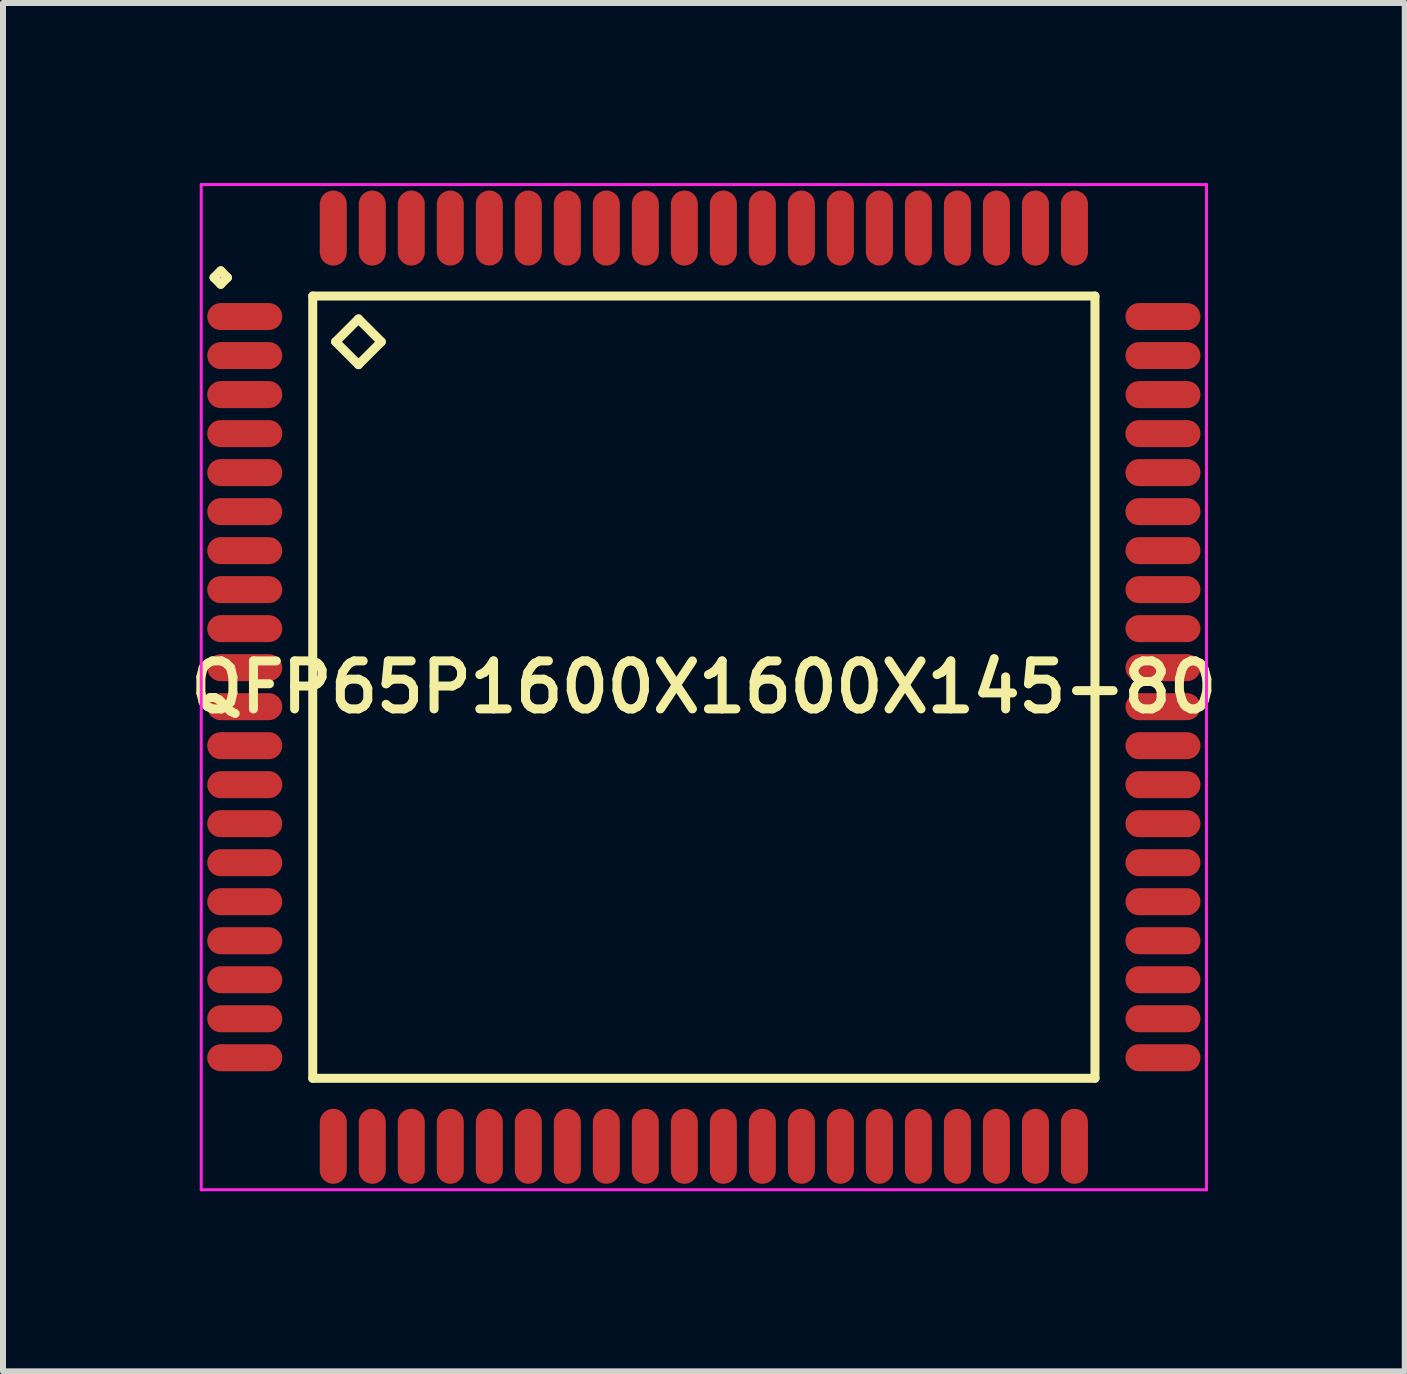
<source format=kicad_pcb>
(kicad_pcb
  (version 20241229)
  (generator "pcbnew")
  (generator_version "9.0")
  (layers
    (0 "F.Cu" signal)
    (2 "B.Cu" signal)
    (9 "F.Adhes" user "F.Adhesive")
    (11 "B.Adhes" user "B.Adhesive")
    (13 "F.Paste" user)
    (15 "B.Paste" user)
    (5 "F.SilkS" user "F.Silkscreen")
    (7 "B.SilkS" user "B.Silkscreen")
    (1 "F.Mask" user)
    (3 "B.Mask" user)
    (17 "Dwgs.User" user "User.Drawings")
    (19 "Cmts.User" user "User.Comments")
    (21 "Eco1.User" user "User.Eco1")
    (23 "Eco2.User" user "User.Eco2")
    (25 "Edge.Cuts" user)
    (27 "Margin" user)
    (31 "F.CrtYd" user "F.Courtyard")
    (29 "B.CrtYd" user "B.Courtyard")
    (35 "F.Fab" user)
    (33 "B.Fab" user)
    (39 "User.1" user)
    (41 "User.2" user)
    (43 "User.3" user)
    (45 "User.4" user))
  (footprint "QFP65P1600X1600X145-80"
    (layer "F.Cu")
    (at 8.678 8.4)
    (property "Reference" "QFP65P1600X1600X145-80" (at 0 0 0) (layer "F.SilkS") (effects (font (size 0.8 0.8) (thickness 0.15))))
    (attr smd)
    (fp_line (start -8.162 -6.825) (end -8.05 -6.938) (stroke (width 0.15) (type solid)) (layer "F.SilkS"))
    (fp_line (start -8.05 -6.938) (end -7.938 -6.825) (stroke (width 0.15) (type solid)) (layer "F.SilkS"))
    (fp_line (start -8.05 -6.713) (end -8.162 -6.825) (stroke (width 0.15) (type solid)) (layer "F.SilkS"))
    (fp_line (start -7.938 -6.825) (end -8.05 -6.713) (stroke (width 0.15) (type solid)) (layer "F.SilkS"))
    (fp_line (start -6.517 -6.517) (end -6.517 6.517) (stroke (width 0.15) (type solid)) (layer "F.SilkS"))
    (fp_line (start -6.517 6.517) (end 6.517 6.517) (stroke (width 0.15) (type solid)) (layer "F.SilkS"))
    (fp_line (start -6.136 -5.755) (end -5.755 -6.136) (stroke (width 0.15) (type solid)) (layer "F.SilkS"))
    (fp_line (start -5.755 -6.136) (end -5.374 -5.755) (stroke (width 0.15) (type solid)) (layer "F.SilkS"))
    (fp_line (start -5.755 -5.374) (end -6.136 -5.755) (stroke (width 0.15) (type solid)) (layer "F.SilkS"))
    (fp_line (start -5.374 -5.755) (end -5.755 -5.374) (stroke (width 0.15) (type solid)) (layer "F.SilkS"))
    (fp_line (start 6.517 -6.517) (end -6.517 -6.517) (stroke (width 0.15) (type solid)) (layer "F.SilkS"))
    (fp_line (start 6.517 6.517) (end 6.517 -6.517) (stroke (width 0.15) (type solid)) (layer "F.SilkS"))
    (fp_line (start -8.375 -8.375) (end 8.375 -8.375) (stroke (width 0.05) (type solid)) (layer "F.CrtYd"))
    (fp_line (start -8.375 8.375) (end -8.375 -8.375) (stroke (width 0.05) (type solid)) (layer "F.CrtYd"))
    (fp_line (start 8.375 -8.375) (end 8.375 8.375) (stroke (width 0.05) (type solid)) (layer "F.CrtYd"))
    (fp_line (start 8.375 8.375) (end -8.375 8.375) (stroke (width 0.05) (type solid)) (layer "F.CrtYd"))
    (pad "1" smd oval (at -7.65 -6.175) (size 1.25 0.45) (layers "F.Cu" "F.Mask" "F.Paste"))
    (pad "2" smd oval (at -7.65 -5.525) (size 1.25 0.45) (layers "F.Cu" "F.Mask" "F.Paste"))
    (pad "3" smd oval (at -7.65 -4.875) (size 1.25 0.45) (layers "F.Cu" "F.Mask" "F.Paste"))
    (pad "4" smd oval (at -7.65 -4.225) (size 1.25 0.45) (layers "F.Cu" "F.Mask" "F.Paste"))
    (pad "5" smd oval (at -7.65 -3.575) (size 1.25 0.45) (layers "F.Cu" "F.Mask" "F.Paste"))
    (pad "6" smd oval (at -7.65 -2.925) (size 1.25 0.45) (layers "F.Cu" "F.Mask" "F.Paste"))
    (pad "7" smd oval (at -7.65 -2.275) (size 1.25 0.45) (layers "F.Cu" "F.Mask" "F.Paste"))
    (pad "8" smd oval (at -7.65 -1.625) (size 1.25 0.45) (layers "F.Cu" "F.Mask" "F.Paste"))
    (pad "9" smd oval (at -7.65 -0.975) (size 1.25 0.45) (layers "F.Cu" "F.Mask" "F.Paste"))
    (pad "10" smd oval (at -7.65 -0.325) (size 1.25 0.45) (layers "F.Cu" "F.Mask" "F.Paste"))
    (pad "11" smd oval (at -7.65 0.325) (size 1.25 0.45) (layers "F.Cu" "F.Mask" "F.Paste"))
    (pad "12" smd oval (at -7.65 0.975) (size 1.25 0.45) (layers "F.Cu" "F.Mask" "F.Paste"))
    (pad "13" smd oval (at -7.65 1.625) (size 1.25 0.45) (layers "F.Cu" "F.Mask" "F.Paste"))
    (pad "14" smd oval (at -7.65 2.275) (size 1.25 0.45) (layers "F.Cu" "F.Mask" "F.Paste"))
    (pad "15" smd oval (at -7.65 2.925) (size 1.25 0.45) (layers "F.Cu" "F.Mask" "F.Paste"))
    (pad "16" smd oval (at -7.65 3.575) (size 1.25 0.45) (layers "F.Cu" "F.Mask" "F.Paste"))
    (pad "17" smd oval (at -7.65 4.225) (size 1.25 0.45) (layers "F.Cu" "F.Mask" "F.Paste"))
    (pad "18" smd oval (at -7.65 4.875) (size 1.25 0.45) (layers "F.Cu" "F.Mask" "F.Paste"))
    (pad "19" smd oval (at -7.65 5.525) (size 1.25 0.45) (layers "F.Cu" "F.Mask" "F.Paste"))
    (pad "20" smd oval (at -7.65 6.175) (size 1.25 0.45) (layers "F.Cu" "F.Mask" "F.Paste"))
    (pad "21" smd oval (at -6.175 7.65) (size 0.45 1.25) (layers "F.Cu" "F.Mask" "F.Paste"))
    (pad "22" smd oval (at -5.525 7.65) (size 0.45 1.25) (layers "F.Cu" "F.Mask" "F.Paste"))
    (pad "23" smd oval (at -4.875 7.65) (size 0.45 1.25) (layers "F.Cu" "F.Mask" "F.Paste"))
    (pad "24" smd oval (at -4.225 7.65) (size 0.45 1.25) (layers "F.Cu" "F.Mask" "F.Paste"))
    (pad "25" smd oval (at -3.575 7.65) (size 0.45 1.25) (layers "F.Cu" "F.Mask" "F.Paste"))
    (pad "26" smd oval (at -2.925 7.65) (size 0.45 1.25) (layers "F.Cu" "F.Mask" "F.Paste"))
    (pad "27" smd oval (at -2.275 7.65) (size 0.45 1.25) (layers "F.Cu" "F.Mask" "F.Paste"))
    (pad "28" smd oval (at -1.625 7.65) (size 0.45 1.25) (layers "F.Cu" "F.Mask" "F.Paste"))
    (pad "29" smd oval (at -0.975 7.65) (size 0.45 1.25) (layers "F.Cu" "F.Mask" "F.Paste"))
    (pad "30" smd oval (at -0.325 7.65) (size 0.45 1.25) (layers "F.Cu" "F.Mask" "F.Paste"))
    (pad "31" smd oval (at 0.325 7.65) (size 0.45 1.25) (layers "F.Cu" "F.Mask" "F.Paste"))
    (pad "32" smd oval (at 0.975 7.65) (size 0.45 1.25) (layers "F.Cu" "F.Mask" "F.Paste"))
    (pad "33" smd oval (at 1.625 7.65) (size 0.45 1.25) (layers "F.Cu" "F.Mask" "F.Paste"))
    (pad "34" smd oval (at 2.275 7.65) (size 0.45 1.25) (layers "F.Cu" "F.Mask" "F.Paste"))
    (pad "35" smd oval (at 2.925 7.65) (size 0.45 1.25) (layers "F.Cu" "F.Mask" "F.Paste"))
    (pad "36" smd oval (at 3.575 7.65) (size 0.45 1.25) (layers "F.Cu" "F.Mask" "F.Paste"))
    (pad "37" smd oval (at 4.225 7.65) (size 0.45 1.25) (layers "F.Cu" "F.Mask" "F.Paste"))
    (pad "38" smd oval (at 4.875 7.65) (size 0.45 1.25) (layers "F.Cu" "F.Mask" "F.Paste"))
    (pad "39" smd oval (at 5.525 7.65) (size 0.45 1.25) (layers "F.Cu" "F.Mask" "F.Paste"))
    (pad "40" smd oval (at 6.175 7.65) (size 0.45 1.25) (layers "F.Cu" "F.Mask" "F.Paste"))
    (pad "41" smd oval (at 7.65 6.175) (size 1.25 0.45) (layers "F.Cu" "F.Mask" "F.Paste"))
    (pad "42" smd oval (at 7.65 5.525) (size 1.25 0.45) (layers "F.Cu" "F.Mask" "F.Paste"))
    (pad "43" smd oval (at 7.65 4.875) (size 1.25 0.45) (layers "F.Cu" "F.Mask" "F.Paste"))
    (pad "44" smd oval (at 7.65 4.225) (size 1.25 0.45) (layers "F.Cu" "F.Mask" "F.Paste"))
    (pad "45" smd oval (at 7.65 3.575) (size 1.25 0.45) (layers "F.Cu" "F.Mask" "F.Paste"))
    (pad "46" smd oval (at 7.65 2.925) (size 1.25 0.45) (layers "F.Cu" "F.Mask" "F.Paste"))
    (pad "47" smd oval (at 7.65 2.275) (size 1.25 0.45) (layers "F.Cu" "F.Mask" "F.Paste"))
    (pad "48" smd oval (at 7.65 1.625) (size 1.25 0.45) (layers "F.Cu" "F.Mask" "F.Paste"))
    (pad "49" smd oval (at 7.65 0.975) (size 1.25 0.45) (layers "F.Cu" "F.Mask" "F.Paste"))
    (pad "50" smd oval (at 7.65 0.325) (size 1.25 0.45) (layers "F.Cu" "F.Mask" "F.Paste"))
    (pad "51" smd oval (at 7.65 -0.325) (size 1.25 0.45) (layers "F.Cu" "F.Mask" "F.Paste"))
    (pad "52" smd oval (at 7.65 -0.975) (size 1.25 0.45) (layers "F.Cu" "F.Mask" "F.Paste"))
    (pad "53" smd oval (at 7.65 -1.625) (size 1.25 0.45) (layers "F.Cu" "F.Mask" "F.Paste"))
    (pad "54" smd oval (at 7.65 -2.275) (size 1.25 0.45) (layers "F.Cu" "F.Mask" "F.Paste"))
    (pad "55" smd oval (at 7.65 -2.925) (size 1.25 0.45) (layers "F.Cu" "F.Mask" "F.Paste"))
    (pad "56" smd oval (at 7.65 -3.575) (size 1.25 0.45) (layers "F.Cu" "F.Mask" "F.Paste"))
    (pad "57" smd oval (at 7.65 -4.225) (size 1.25 0.45) (layers "F.Cu" "F.Mask" "F.Paste"))
    (pad "58" smd oval (at 7.65 -4.875) (size 1.25 0.45) (layers "F.Cu" "F.Mask" "F.Paste"))
    (pad "59" smd oval (at 7.65 -5.525) (size 1.25 0.45) (layers "F.Cu" "F.Mask" "F.Paste"))
    (pad "60" smd oval (at 7.65 -6.175) (size 1.25 0.45) (layers "F.Cu" "F.Mask" "F.Paste"))
    (pad "61" smd oval (at 6.175 -7.65) (size 0.45 1.25) (layers "F.Cu" "F.Mask" "F.Paste"))
    (pad "62" smd oval (at 5.525 -7.65) (size 0.45 1.25) (layers "F.Cu" "F.Mask" "F.Paste"))
    (pad "63" smd oval (at 4.875 -7.65) (size 0.45 1.25) (layers "F.Cu" "F.Mask" "F.Paste"))
    (pad "64" smd oval (at 4.225 -7.65) (size 0.45 1.25) (layers "F.Cu" "F.Mask" "F.Paste"))
    (pad "65" smd oval (at 3.575 -7.65) (size 0.45 1.25) (layers "F.Cu" "F.Mask" "F.Paste"))
    (pad "66" smd oval (at 2.925 -7.65) (size 0.45 1.25) (layers "F.Cu" "F.Mask" "F.Paste"))
    (pad "67" smd oval (at 2.275 -7.65) (size 0.45 1.25) (layers "F.Cu" "F.Mask" "F.Paste"))
    (pad "68" smd oval (at 1.625 -7.65) (size 0.45 1.25) (layers "F.Cu" "F.Mask" "F.Paste"))
    (pad "69" smd oval (at 0.975 -7.65) (size 0.45 1.25) (layers "F.Cu" "F.Mask" "F.Paste"))
    (pad "70" smd oval (at 0.325 -7.65) (size 0.45 1.25) (layers "F.Cu" "F.Mask" "F.Paste"))
    (pad "71" smd oval (at -0.325 -7.65) (size 0.45 1.25) (layers "F.Cu" "F.Mask" "F.Paste"))
    (pad "72" smd oval (at -0.975 -7.65) (size 0.45 1.25) (layers "F.Cu" "F.Mask" "F.Paste"))
    (pad "73" smd oval (at -1.625 -7.65) (size 0.45 1.25) (layers "F.Cu" "F.Mask" "F.Paste"))
    (pad "74" smd oval (at -2.275 -7.65) (size 0.45 1.25) (layers "F.Cu" "F.Mask" "F.Paste"))
    (pad "75" smd oval (at -2.925 -7.65) (size 0.45 1.25) (layers "F.Cu" "F.Mask" "F.Paste"))
    (pad "76" smd oval (at -3.575 -7.65) (size 0.45 1.25) (layers "F.Cu" "F.Mask" "F.Paste"))
    (pad "77" smd oval (at -4.225 -7.65) (size 0.45 1.25) (layers "F.Cu" "F.Mask" "F.Paste"))
    (pad "78" smd oval (at -4.875 -7.65) (size 0.45 1.25) (layers "F.Cu" "F.Mask" "F.Paste"))
    (pad "79" smd oval (at -5.525 -7.65) (size 0.45 1.25) (layers "F.Cu" "F.Mask" "F.Paste"))
    (pad "80" smd oval (at -6.175 -7.65) (size 0.45 1.25) (layers "F.Cu" "F.Mask" "F.Paste")))
  (gr_rect
    (start -3 -3)
    (end 20.357 19.8)
    (stroke (width 0.1) (type default))
    (fill no)
    (layer "Edge.Cuts")))
</source>
